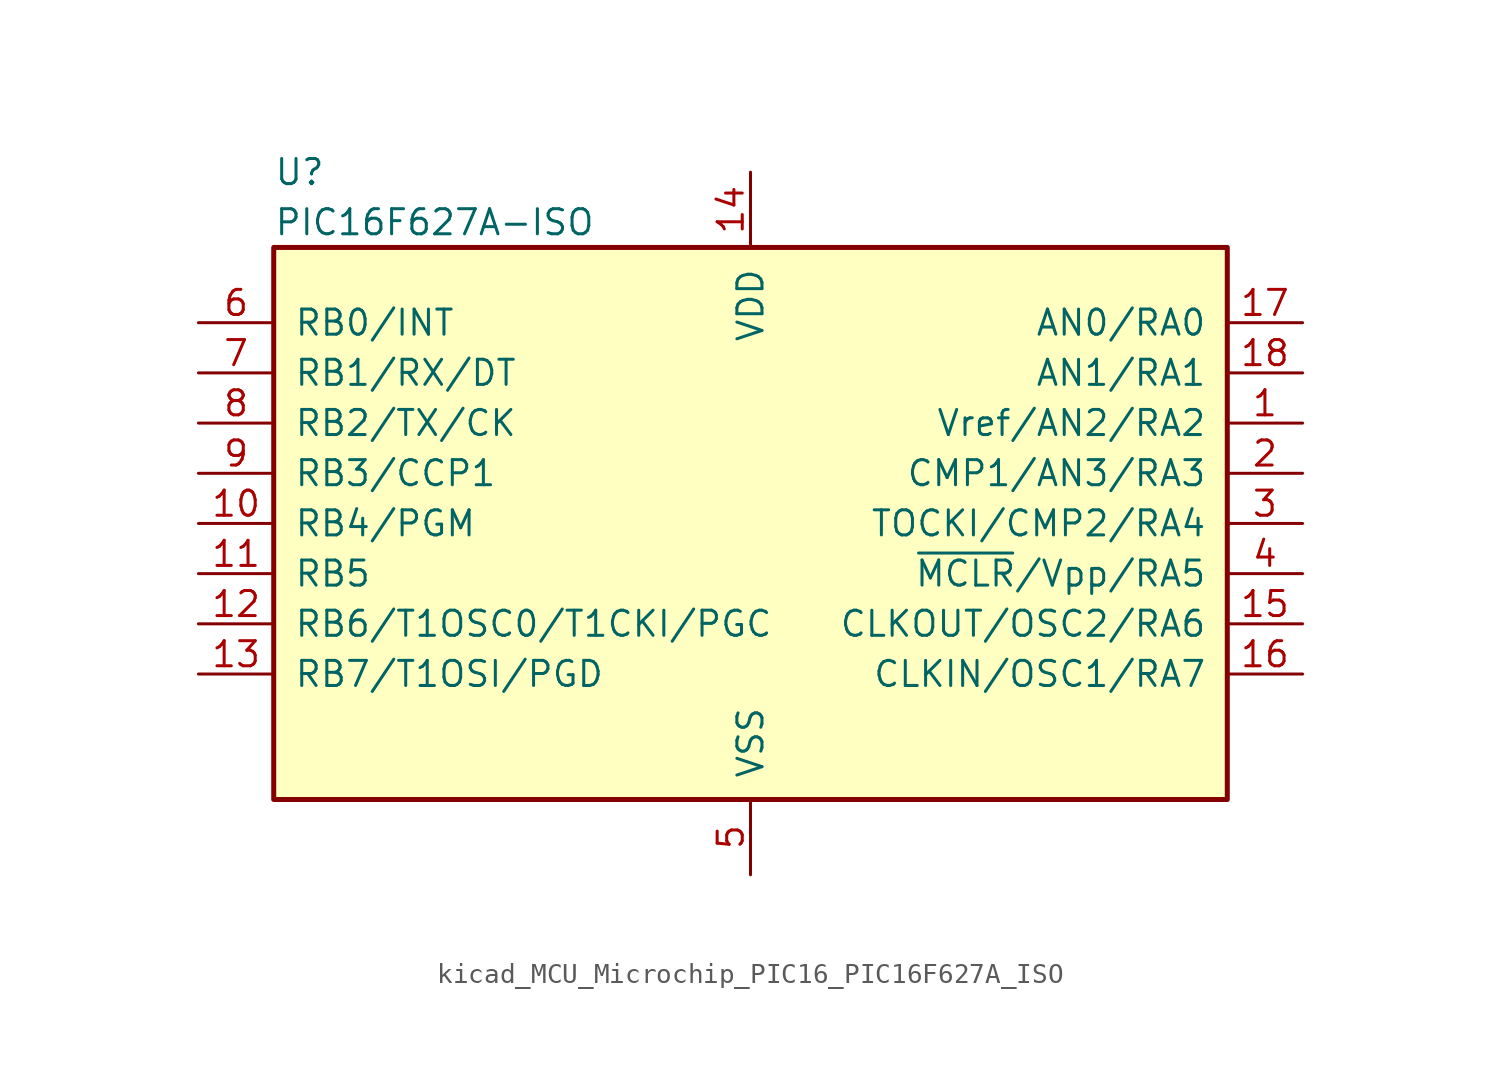
<source format=kicad_sym>
(kicad_symbol_lib
  (version 20220914)
  (generator kicad_symbol_editor)
  (symbol "kicad_MCU_Microchip_PIC16_PIC16F627A_ISO"
    (pin_names
      (offset 1.016))
    (property "Reference" "U"
      (at -24.13 17.78 0)
      (effects (font (size 1.27 1.27)) (justify left)))
    (property "Value" "PIC16F627A-ISO"
      (at -24.13 15.24 0)
      (effects (font (size 1.27 1.27)) (justify left)))
    (symbol "kicad_MCU_Microchip_PIC16_PIC16F627A_ISO_0_1"
      (rectangle (start 24.13 13.97) (end -24.13 -13.97) (stroke (width 0.254) (type default)) (fill (type background))))
    (symbol "kicad_MCU_Microchip_PIC16_PIC16F627A_ISO_1_1"
      (pin bidirectional line (at 27.94 5.08 180) (length 3.81) (name "Vref/AN2/RA2" (effects (font (size 1.27 1.27)))) (number "1" (effects (font (size 1.27 1.27)))))
      (pin bidirectional line (at -27.94 0 0) (length 3.81) (name "RB4/PGM" (effects (font (size 1.27 1.27)))) (number "10" (effects (font (size 1.27 1.27)))))
      (pin bidirectional line (at -27.94 -2.54 0) (length 3.81) (name "RB5" (effects (font (size 1.27 1.27)))) (number "11" (effects (font (size 1.27 1.27)))))
      (pin bidirectional line (at -27.94 -5.08 0) (length 3.81) (name "RB6/T1OSC0/T1CKI/PGC" (effects (font (size 1.27 1.27)))) (number "12" (effects (font (size 1.27 1.27)))))
      (pin bidirectional line (at -27.94 -7.62 0) (length 3.81) (name "RB7/T1OSI/PGD" (effects (font (size 1.27 1.27)))) (number "13" (effects (font (size 1.27 1.27)))))
      (pin power_in line (at 0 17.78 270) (length 3.81) (name "VDD" (effects (font (size 1.27 1.27)))) (number "14" (effects (font (size 1.27 1.27)))))
      (pin bidirectional line (at 27.94 -5.08 180) (length 3.81) (name "CLKOUT/OSC2/RA6" (effects (font (size 1.27 1.27)))) (number "15" (effects (font (size 1.27 1.27)))))
      (pin bidirectional line (at 27.94 -7.62 180) (length 3.81) (name "CLKIN/OSC1/RA7" (effects (font (size 1.27 1.27)))) (number "16" (effects (font (size 1.27 1.27)))))
      (pin bidirectional line (at 27.94 10.16 180) (length 3.81) (name "AN0/RA0" (effects (font (size 1.27 1.27)))) (number "17" (effects (font (size 1.27 1.27)))))
      (pin bidirectional line (at 27.94 7.62 180) (length 3.81) (name "AN1/RA1" (effects (font (size 1.27 1.27)))) (number "18" (effects (font (size 1.27 1.27)))))
      (pin bidirectional line (at 27.94 2.54 180) (length 3.81) (name "CMP1/AN3/RA3" (effects (font (size 1.27 1.27)))) (number "2" (effects (font (size 1.27 1.27)))))
      (pin bidirectional line (at 27.94 0 180) (length 3.81) (name "TOCKI/CMP2/RA4" (effects (font (size 1.27 1.27)))) (number "3" (effects (font (size 1.27 1.27)))))
      (pin input line (at 27.94 -2.54 180) (length 3.81) (name "~{MCLR}/Vpp/RA5" (effects (font (size 1.27 1.27)))) (number "4" (effects (font (size 1.27 1.27)))))
      (pin power_in line (at 0 -17.78 90) (length 3.81) (name "VSS" (effects (font (size 1.27 1.27)))) (number "5" (effects (font (size 1.27 1.27)))))
      (pin bidirectional line (at -27.94 10.16 0) (length 3.81) (name "RB0/INT" (effects (font (size 1.27 1.27)))) (number "6" (effects (font (size 1.27 1.27)))))
      (pin bidirectional line (at -27.94 7.62 0) (length 3.81) (name "RB1/RX/DT" (effects (font (size 1.27 1.27)))) (number "7" (effects (font (size 1.27 1.27)))))
      (pin bidirectional line (at -27.94 5.08 0) (length 3.81) (name "RB2/TX/CK" (effects (font (size 1.27 1.27)))) (number "8" (effects (font (size 1.27 1.27)))))
      (pin bidirectional line (at -27.94 2.54 0) (length 3.81) (name "RB3/CCP1" (effects (font (size 1.27 1.27)))) (number "9" (effects (font (size 1.27 1.27))))))))
</source>
